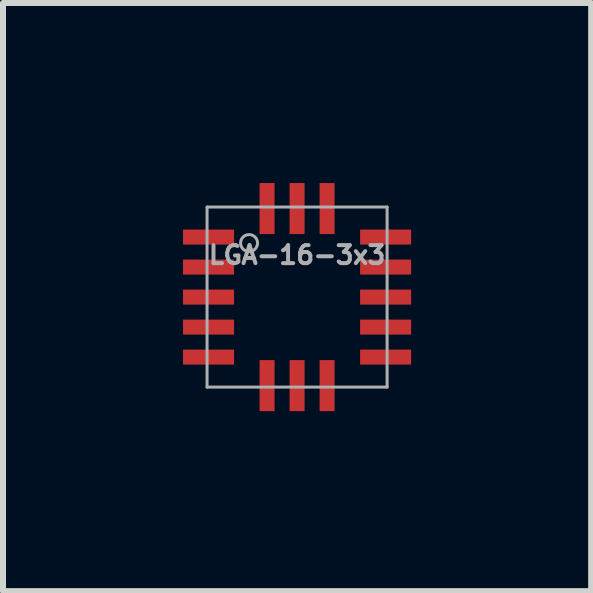
<source format=kicad_pcb>
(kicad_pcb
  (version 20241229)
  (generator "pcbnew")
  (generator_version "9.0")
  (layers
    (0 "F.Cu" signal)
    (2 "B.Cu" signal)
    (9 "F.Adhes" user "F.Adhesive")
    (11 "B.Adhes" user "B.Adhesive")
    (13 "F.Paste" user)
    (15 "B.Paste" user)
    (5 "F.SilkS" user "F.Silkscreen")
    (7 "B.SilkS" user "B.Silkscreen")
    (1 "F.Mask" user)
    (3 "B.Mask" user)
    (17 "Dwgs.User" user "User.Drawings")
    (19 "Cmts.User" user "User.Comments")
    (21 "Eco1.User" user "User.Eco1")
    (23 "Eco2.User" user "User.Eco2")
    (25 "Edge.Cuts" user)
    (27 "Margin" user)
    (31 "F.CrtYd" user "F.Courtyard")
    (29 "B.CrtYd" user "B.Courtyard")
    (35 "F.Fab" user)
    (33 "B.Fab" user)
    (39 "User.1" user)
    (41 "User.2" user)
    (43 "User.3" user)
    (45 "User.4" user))
  (footprint "LGA-16-3x3"
    (layer "F.Cu")
    (at 1.9 1.9)
    (property "Reference" "LGA-16-3x3" (at 0 -0.701 0) (layer "F.Fab") (effects (font (size 0.3 0.3) (thickness 0.066))))
    (attr through_hole)
    (fp_line (start -1.5 -1.5) (end 1.5 -1.5) (stroke (width 0.05) (type solid)) (layer "F.Fab"))
    (fp_line (start -1.5 1.5) (end -1.5 -1.5) (stroke (width 0.05) (type solid)) (layer "F.Fab"))
    (fp_line (start 1.5 -1.5) (end 1.5 1.5) (stroke (width 0.05) (type solid)) (layer "F.Fab"))
    (fp_line (start 1.5 1.5) (end -1.5 1.5) (stroke (width 0.05) (type solid)) (layer "F.Fab"))
    (fp_circle (center -0.8 -0.9) (end -0.7 -0.8) (stroke (width 0.05) (type solid)) (fill no) (layer "F.Fab"))
    (pad "1" smd rect (at -1.475 -1) (size 0.85 0.25) (layers "F.Cu" "F.Mask" "F.Paste"))
    (pad "2" smd rect (at -1.475 -0.5) (size 0.85 0.25) (layers "F.Cu" "F.Mask" "F.Paste"))
    (pad "3" smd rect (at -1.475 0) (size 0.85 0.25) (layers "F.Cu" "F.Mask" "F.Paste"))
    (pad "4" smd rect (at -1.475 0.5) (size 0.85 0.25) (layers "F.Cu" "F.Mask" "F.Paste"))
    (pad "5" smd rect (at -1.475 1) (size 0.85 0.25) (layers "F.Cu" "F.Mask" "F.Paste"))
    (pad "6" smd rect (at -0.5 1.475) (size 0.25 0.85) (layers "F.Cu" "F.Mask" "F.Paste"))
    (pad "7" smd rect (at 0 1.475) (size 0.25 0.85) (layers "F.Cu" "F.Mask" "F.Paste"))
    (pad "8" smd rect (at 0.5 1.475) (size 0.25 0.85) (layers "F.Cu" "F.Mask" "F.Paste"))
    (pad "9" smd rect (at 1.475 1) (size 0.85 0.25) (layers "F.Cu" "F.Mask" "F.Paste"))
    (pad "10" smd rect (at 1.475 0.5) (size 0.85 0.25) (layers "F.Cu" "F.Mask" "F.Paste"))
    (pad "11" smd rect (at 1.475 0) (size 0.85 0.25) (layers "F.Cu" "F.Mask" "F.Paste"))
    (pad "12" smd rect (at 1.475 -0.5) (size 0.85 0.25) (layers "F.Cu" "F.Mask" "F.Paste"))
    (pad "13" smd rect (at 1.475 -1) (size 0.85 0.25) (layers "F.Cu" "F.Mask" "F.Paste"))
    (pad "14" smd rect (at 0.5 -1.475) (size 0.25 0.85) (layers "F.Cu" "F.Mask" "F.Paste"))
    (pad "15" smd rect (at 0 -1.475) (size 0.25 0.85) (layers "F.Cu" "F.Mask" "F.Paste"))
    (pad "16" smd rect (at -0.5 -1.475) (size 0.25 0.85) (layers "F.Cu" "F.Mask" "F.Paste")))
  (gr_rect
    (start -3 -3)
    (end 6.8 6.8)
    (stroke (width 0.1) (type default))
    (fill no)
    (layer "Edge.Cuts")))
</source>
